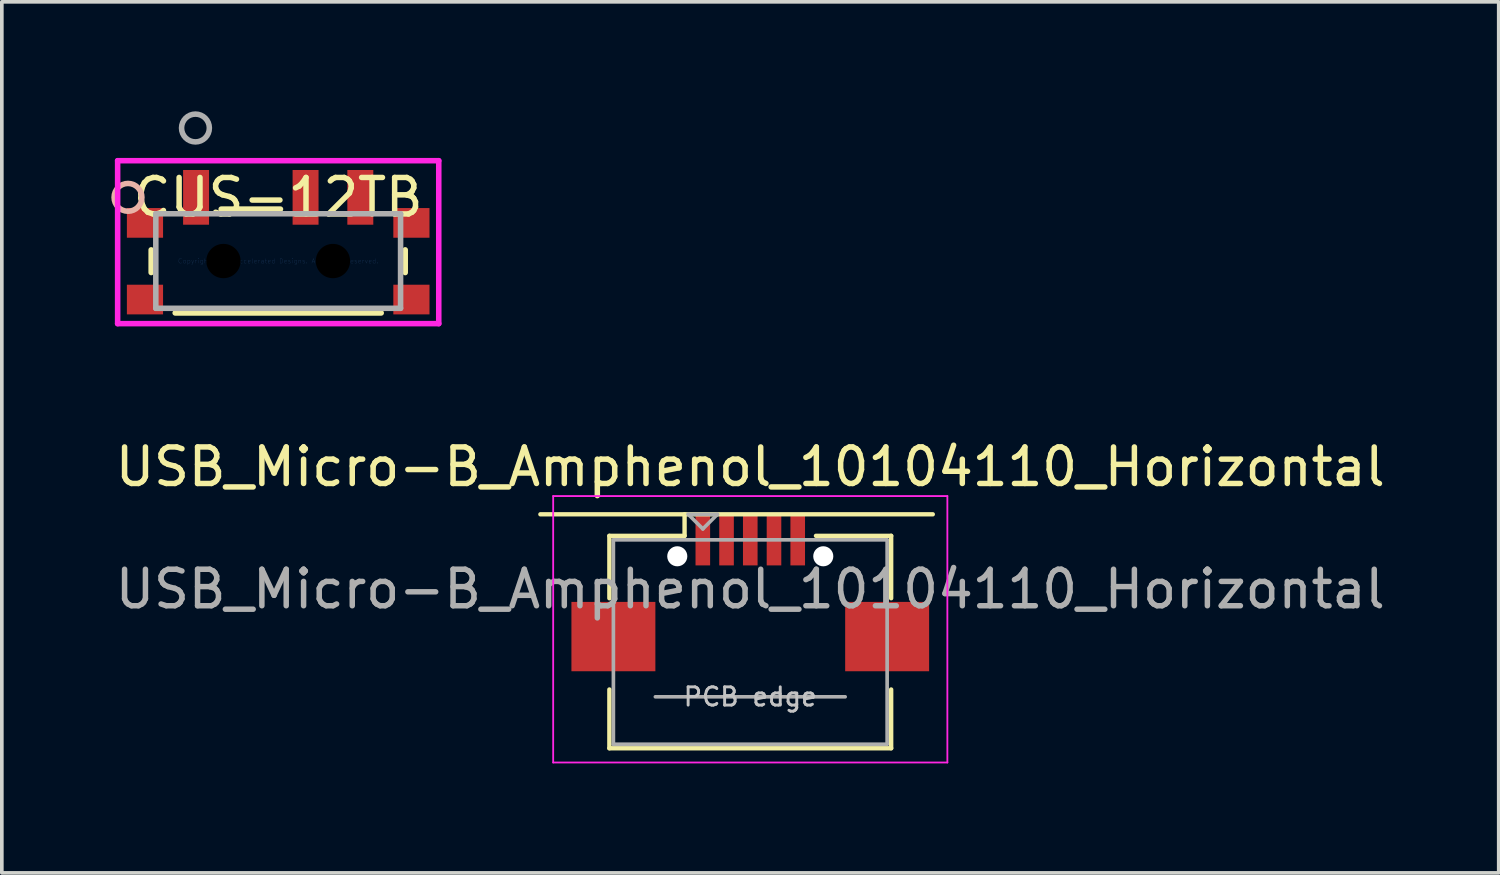
<source format=kicad_pcb>
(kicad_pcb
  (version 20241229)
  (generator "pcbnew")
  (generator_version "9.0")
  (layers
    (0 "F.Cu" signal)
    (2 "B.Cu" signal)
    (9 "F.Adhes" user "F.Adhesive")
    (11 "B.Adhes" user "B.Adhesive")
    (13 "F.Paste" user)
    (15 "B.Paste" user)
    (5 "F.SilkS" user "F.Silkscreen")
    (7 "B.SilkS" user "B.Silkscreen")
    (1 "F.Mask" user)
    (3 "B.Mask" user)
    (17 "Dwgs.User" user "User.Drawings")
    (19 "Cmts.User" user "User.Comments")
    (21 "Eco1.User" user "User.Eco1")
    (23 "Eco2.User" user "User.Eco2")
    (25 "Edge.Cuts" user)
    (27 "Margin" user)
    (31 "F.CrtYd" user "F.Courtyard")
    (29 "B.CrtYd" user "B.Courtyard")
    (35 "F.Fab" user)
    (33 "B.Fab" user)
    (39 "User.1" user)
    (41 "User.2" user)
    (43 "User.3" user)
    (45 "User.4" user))
  (footprint "USB_Micro-B_Amphenol_10104110_Horizontal"
    (layer "F.Cu")
    (at 17.506 13.291)
    (property "Reference" "USB_Micro-B_Amphenol_10104110_Horizontal" (at 0 -3.55 0) (layer "F.SilkS") (effects (font (size 1 1) (thickness 0.15))))
    (attr smd)
    (fp_line (start -3.86 -1.66) (end -1.8 -1.66) (stroke (width 0.12) (type solid)) (layer "F.SilkS"))
    (fp_line (start -3.86 0.05) (end -3.86 -1.66) (stroke (width 0.12) (type solid)) (layer "F.SilkS"))
    (fp_line (start -3.86 4.16) (end -3.86 2.55) (stroke (width 0.12) (type solid)) (layer "F.SilkS"))
    (fp_line (start -3.86 4.16) (end 3.86 4.16) (stroke (width 0.12) (type solid)) (layer "F.SilkS"))
    (fp_line (start -1.8 -1.66) (end -1.8 -2.25) (stroke (width 0.12) (type solid)) (layer "F.SilkS"))
    (fp_line (start 3.86 -1.66) (end 1.8 -1.66) (stroke (width 0.12) (type solid)) (layer "F.SilkS"))
    (fp_line (start 3.86 0.05) (end 3.86 -1.66) (stroke (width 0.12) (type solid)) (layer "F.SilkS"))
    (fp_line (start 3.86 4.16) (end 3.86 2.55) (stroke (width 0.12) (type solid)) (layer "F.SilkS"))
    (fp_line (start 5 -2.25) (end -5.75 -2.25) (stroke (width 0.12) (type solid)) (layer "F.SilkS"))
    (fp_line (start -5.4 -2.75) (end -5.4 4.55) (stroke (width 0.05) (type solid)) (layer "F.CrtYd"))
    (fp_line (start -5.4 4.55) (end 5.4 4.55) (stroke (width 0.05) (type solid)) (layer "F.CrtYd"))
    (fp_line (start 5.4 -2.75) (end -5.4 -2.75) (stroke (width 0.05) (type solid)) (layer "F.CrtYd"))
    (fp_line (start 5.4 4.55) (end 5.4 -2.75) (stroke (width 0.05) (type solid)) (layer "F.CrtYd"))
    (fp_line (start -3.75 -1.55) (end 3.75 -1.55) (stroke (width 0.1) (type solid)) (layer "F.Fab"))
    (fp_line (start -3.75 4.05) (end -3.75 -1.55) (stroke (width 0.1) (type solid)) (layer "F.Fab"))
    (fp_line (start -2.6 2.75) (end 2.6 2.75) (stroke (width 0.1) (type solid)) (layer "F.Fab"))
    (fp_line (start -1.7 -2.25) (end -1.3 -1.85) (stroke (width 0.1) (type solid)) (layer "F.Fab"))
    (fp_line (start -1.3 -1.85) (end -0.9 -2.25) (stroke (width 0.1) (type solid)) (layer "F.Fab"))
    (fp_line (start -0.9 -2.25) (end -1.7 -2.25) (stroke (width 0.1) (type solid)) (layer "F.Fab"))
    (fp_line (start 3.75 -1.55) (end 3.75 4.05) (stroke (width 0.1) (type solid)) (layer "F.Fab"))
    (fp_line (start 3.75 4.05) (end -3.75 4.05) (stroke (width 0.1) (type solid)) (layer "F.Fab"))
    (fp_text user "PCB edge" (at 0 2.75 0) (layer "Dwgs.User") (effects (font (size 0.5 0.5) (thickness 0.08))))
    (fp_text user "${REFERENCE}" (at 0 -0.2 0) (layer "F.Fab") (effects (font (size 1 1) (thickness 0.15))))
    (pad "" np_thru_hole circle (at -2 -1.1) (size 0.55 0.55) (drill 0.55) (layers "*.Cu" "*.Mask"))
    (pad "" np_thru_hole circle (at 2 -1.1) (size 0.55 0.55) (drill 0.55) (layers "*.Cu" "*.Mask"))
    (pad "1" smd rect (at -1.3 -1.55) (size 0.4 1.4) (layers "F.Cu" "F.Mask" "F.Paste"))
    (pad "2" smd rect (at -0.65 -1.55) (size 0.4 1.4) (layers "F.Cu" "F.Mask" "F.Paste"))
    (pad "3" smd rect (at 0 -1.55) (size 0.4 1.4) (layers "F.Cu" "F.Mask" "F.Paste"))
    (pad "4" smd rect (at 0.65 -1.55) (size 0.4 1.4) (layers "F.Cu" "F.Mask" "F.Paste"))
    (pad "5" smd rect (at 1.3 -1.55) (size 0.4 1.4) (layers "F.Cu" "F.Mask" "F.Paste"))
    (pad "6" smd rect (at -3.75 1.1) (size 2.3 1.9) (layers "F.Cu" "F.Mask" "F.Paste"))
    (pad "6" smd rect (at 3.75 1.1) (size 2.3 1.9) (layers "F.Cu" "F.Mask" "F.Paste")))
  (footprint "CUS-12TB"
    (layer "F.Cu")
    (at 4.572 4.102)
    (property "Reference" "CUS-12TB" (at 0 -1.745 0) (layer "F.SilkS") (effects (font (size 1 1) (thickness 0.15))))
    (attr through_hole)
    (fp_line (start -3.48 0.315) (end -3.48 -0.306) (stroke (width 0.152) (type solid)) (layer "F.SilkS"))
    (fp_line (start -1.562 -1.422) (end 0.062 -1.422) (stroke (width 0.152) (type solid)) (layer "F.SilkS"))
    (fp_line (start 2.822 1.422) (end -2.822 1.422) (stroke (width 0.152) (type solid)) (layer "F.SilkS"))
    (fp_line (start 3.48 -0.306) (end 3.48 0.315) (stroke (width 0.152) (type solid)) (layer "F.SilkS"))
    (fp_circle (center -4.115 -1.745) (end -3.734 -1.745) (stroke (width 0.152) (type solid)) (fill no) (layer "B.SilkS"))
    (fp_line (start -4.399 -2.749) (end -4.399 1.715) (stroke (width 0.152) (type solid)) (layer "F.CrtYd"))
    (fp_line (start -4.399 1.715) (end 4.399 1.715) (stroke (width 0.152) (type solid)) (layer "F.CrtYd"))
    (fp_line (start 4.399 -2.749) (end -4.399 -2.749) (stroke (width 0.152) (type solid)) (layer "F.CrtYd"))
    (fp_line (start 4.399 1.715) (end 4.399 -2.749) (stroke (width 0.152) (type solid)) (layer "F.CrtYd"))
    (fp_line (start -3.353 -1.295) (end -3.353 1.295) (stroke (width 0.152) (type solid)) (layer "F.Fab"))
    (fp_line (start -3.353 1.295) (end 3.353 1.295) (stroke (width 0.152) (type solid)) (layer "F.Fab"))
    (fp_line (start 3.353 -1.295) (end -3.353 -1.295) (stroke (width 0.152) (type solid)) (layer "F.Fab"))
    (fp_line (start 3.353 1.295) (end 3.353 -1.295) (stroke (width 0.152) (type solid)) (layer "F.Fab"))
    (fp_circle (center -2.267 -3.645) (end -1.886 -3.645) (stroke (width 0.152) (type solid)) (fill no) (layer "F.Fab"))
    (fp_text user "Copyright 2016 Accelerated Designs. All rights reserved." (at 0 0 0) (layer "Cmts.User") (effects (font (size 0.127 0.127) (thickness 0.002))))
    (pad "" np_thru_hole circle (at -1.5 0) (size 0.94 0.94) (drill 0.94) (layers))
    (pad "" np_thru_hole circle (at 1.5 0) (size 0.94 0.94) (drill 0.94) (layers))
    (pad "1" smd rect (at -2.25 -1.745) (size 0.711 1.499) (layers "F.Cu" "F.Mask" "F.Paste"))
    (pad "2" smd rect (at 0.75 -1.745) (size 0.711 1.499) (layers "F.Cu" "F.Mask" "F.Paste"))
    (pad "3" smd rect (at 2.25 -1.745) (size 0.711 1.499) (layers "F.Cu" "F.Mask" "F.Paste"))
    (pad "4" smd rect (at -3.65 -1.045) (size 0.991 0.813) (layers "F.Cu" "F.Mask" "F.Paste"))
    (pad "5" smd rect (at 3.65 -1.045) (size 0.991 0.813) (layers "F.Cu" "F.Mask" "F.Paste"))
    (pad "6" smd rect (at -3.65 1.055) (size 0.991 0.813) (layers "F.Cu" "F.Mask" "F.Paste"))
    (pad "7" smd rect (at 3.65 1.055) (size 0.991 0.813) (layers "F.Cu" "F.Mask" "F.Paste")))
  (gr_rect
    (start -3 -3)
    (end 38.012 20.866)
    (stroke (width 0.1) (type default))
    (fill no)
    (layer "Edge.Cuts")))
</source>
